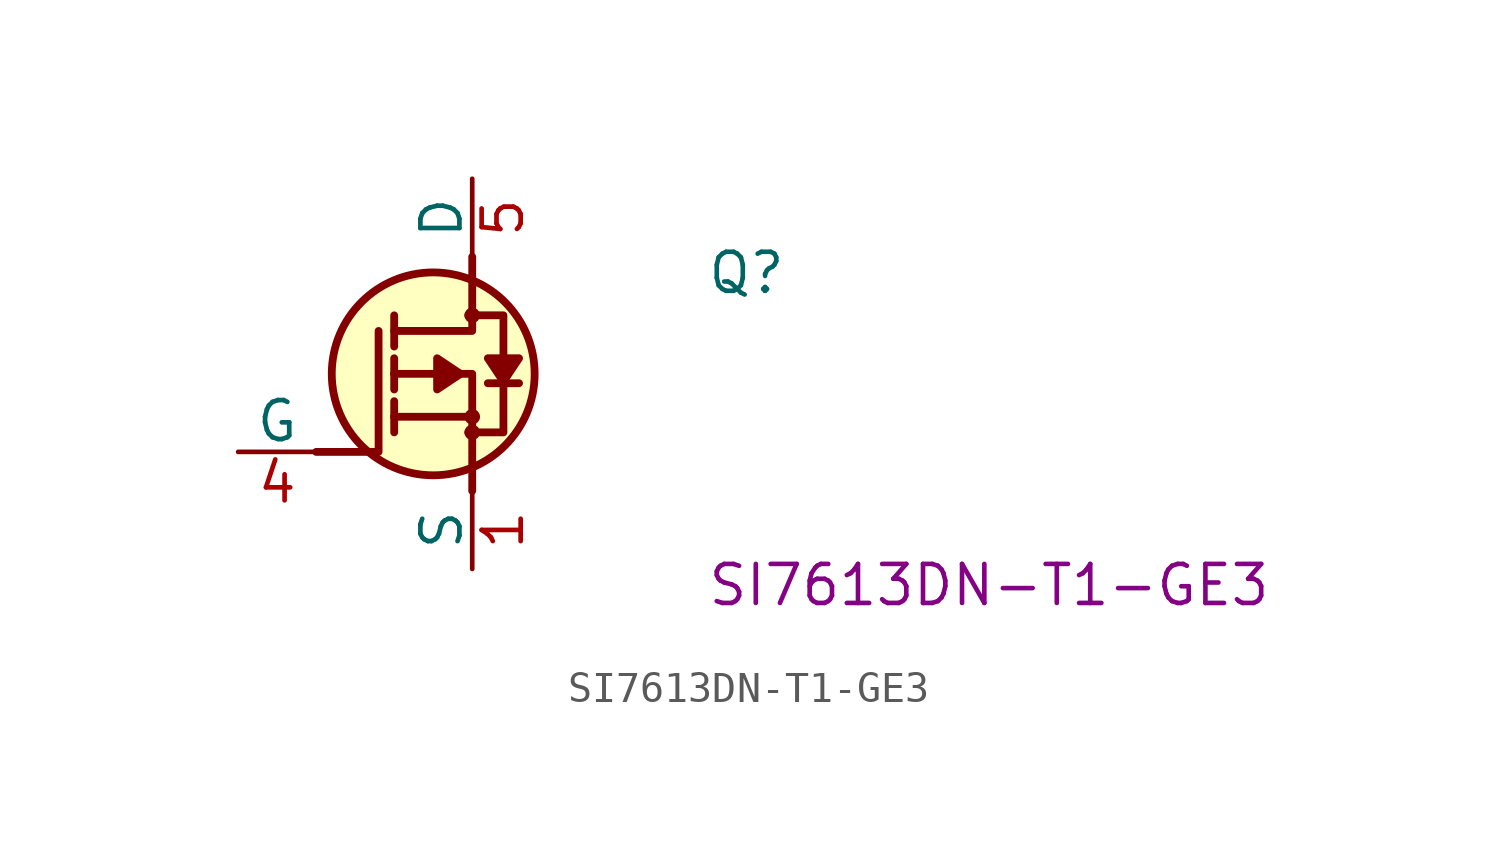
<source format=kicad_sym>
(kicad_symbol_lib
  (version 20220914)
  (generator kicad_symbol_editor)
  (symbol "SI7613DN-T1-GE3"
    (pin_names
      (offset 0))
    (property "Reference" "Q"
      (at 15.24 5.08 0)
      (effects (font (size 1.27 1.27) (thickness 0.15)) (justify left bottom)))
    (property "MPN" "SI7613DN-T1-GE3"
      (at 15.24 -5.08 0)
      (effects (font (size 1.27 1.27) (thickness 0.15)) (justify left bottom)))
    (symbol "SI7613DN-T1-GE3_1_1"
      (polyline (pts (xy 5.08 1.143) (xy 5.08 0.635)) (stroke (width 0.254) (type default)) (fill (type background)))
      (polyline (pts (xy 5.08 1.143) (xy 5.08 1.651)) (stroke (width 0.254) (type default)) (fill (type background)))
      (polyline (pts (xy 5.08 2.54) (xy 5.08 2.032)) (stroke (width 0.254) (type default)) (fill (type background)))
      (polyline (pts (xy 5.08 2.54) (xy 5.08 3.048)) (stroke (width 0.254) (type default)) (fill (type background)))
      (polyline (pts (xy 5.08 4.445) (xy 5.08 3.429)) (stroke (width 0.254) (type default)) (fill (type background)))
      (polyline (pts (xy 7.62 1.143) (xy 5.08 1.143)) (stroke (width 0.254) (type default)) (fill (type background)))
      (polyline (pts (xy 9.144 2.235) (xy 8.128 2.235)) (stroke (width 0.254) (type default)) (fill (type background)))
      (polyline (pts (xy 2.54 0) (xy 4.572 0) (xy 4.572 3.937)) (stroke (width 0.254) (type default)) (fill (type none)))
      (polyline (pts (xy 7.62 -1.27) (xy 7.62 2.54) (xy 5.08 2.54)) (stroke (width 0.254) (type default)) (fill (type none)))
      (polyline (pts (xy 7.62 6.35) (xy 7.62 3.937) (xy 5.08 3.937)) (stroke (width 0.254) (type default)) (fill (type none)))
      (polyline (pts (xy 7.239 2.54) (xy 6.477 3.048) (xy 6.477 2.032) (xy 7.239 2.54)) (stroke (width 0.254) (type default)) (fill (type outline)))
      (polyline (pts (xy 8.636 2.286) (xy 8.128 3.048) (xy 9.144 3.048) (xy 8.636 2.286)) (stroke (width 0.254) (type default)) (fill (type outline)))
      (polyline (pts (xy 7.493 0.635) (xy 8.636 0.635) (xy 8.636 3.937) (xy 8.636 4.445) (xy 7.493 4.445)) (stroke (width 0.254) (type default)) (fill (type background)))
      (circle (center 6.35 2.54) (radius 3.302) (stroke (width 0.254) (type default)) (fill (type background)))
      (circle (center 7.62 0.635) (radius 0.127) (stroke (width 0.254) (type default)) (fill (type background)))
      (circle (center 7.62 1.143) (radius 0.127) (stroke (width 0.254) (type default)) (fill (type background)))
      (circle (center 7.62 4.445) (radius 0.127) (stroke (width 0.254) (type default)) (fill (type background)))
      (pin passive line (at 7.62 -3.81 90) (length 2.54) (name "S" (effects (font (size 1.27 1.27)))) (number "1" (effects (font (size 1.27 1.27)))))
      (pin passive line (at 7.62 -3.81 90) (length 2.54) hide (name "S" (effects (font (size 1.27 1.27)))) (number "2" (effects (font (size 1.27 1.27)))))
      (pin passive line (at 7.62 -3.81 90) (length 2.54) hide (name "S" (effects (font (size 1.27 1.27)))) (number "3" (effects (font (size 1.27 1.27)))))
      (pin passive line (at 0 0 0) (length 2.54) (name "G" (effects (font (size 1.27 1.27)))) (number "4" (effects (font (size 1.27 1.27)))))
      (pin passive line (at 7.62 8.89 270) (length 2.54) (name "D" (effects (font (size 1.27 1.27)))) (number "5" (effects (font (size 1.27 1.27))))))))
</source>
